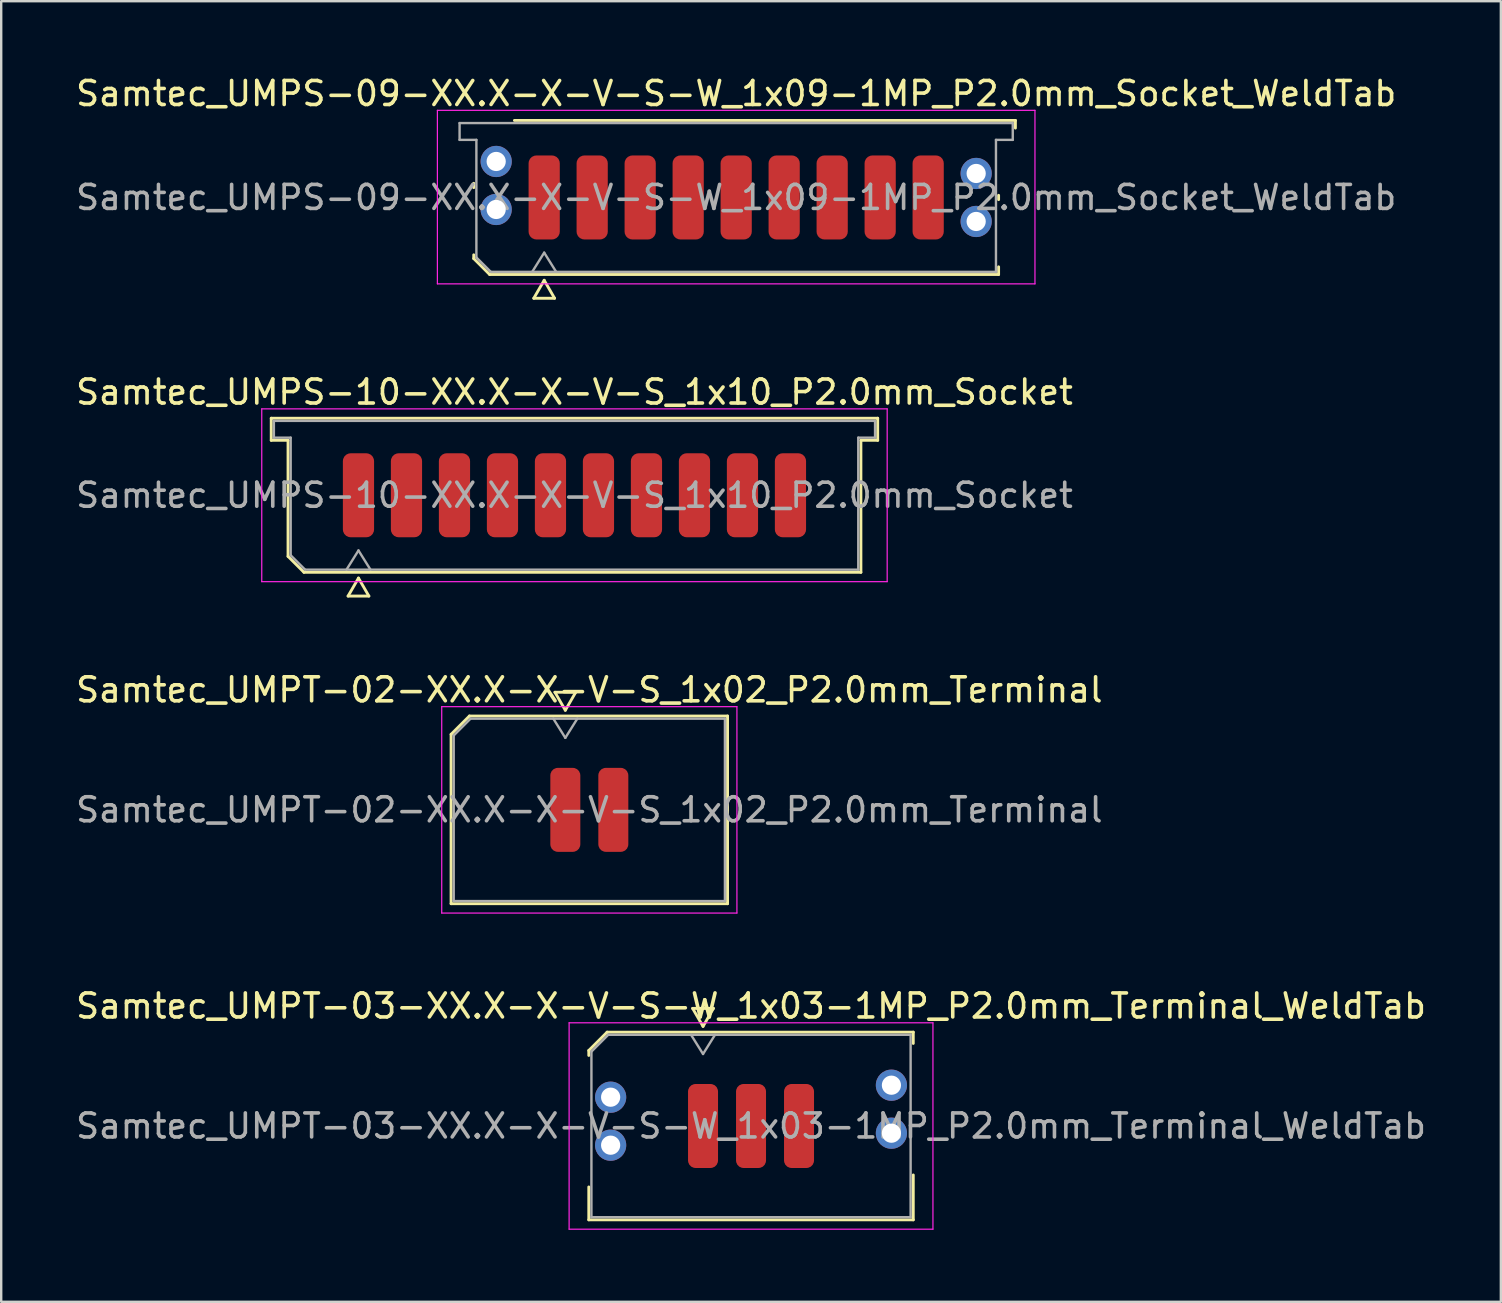
<source format=kicad_pcb>
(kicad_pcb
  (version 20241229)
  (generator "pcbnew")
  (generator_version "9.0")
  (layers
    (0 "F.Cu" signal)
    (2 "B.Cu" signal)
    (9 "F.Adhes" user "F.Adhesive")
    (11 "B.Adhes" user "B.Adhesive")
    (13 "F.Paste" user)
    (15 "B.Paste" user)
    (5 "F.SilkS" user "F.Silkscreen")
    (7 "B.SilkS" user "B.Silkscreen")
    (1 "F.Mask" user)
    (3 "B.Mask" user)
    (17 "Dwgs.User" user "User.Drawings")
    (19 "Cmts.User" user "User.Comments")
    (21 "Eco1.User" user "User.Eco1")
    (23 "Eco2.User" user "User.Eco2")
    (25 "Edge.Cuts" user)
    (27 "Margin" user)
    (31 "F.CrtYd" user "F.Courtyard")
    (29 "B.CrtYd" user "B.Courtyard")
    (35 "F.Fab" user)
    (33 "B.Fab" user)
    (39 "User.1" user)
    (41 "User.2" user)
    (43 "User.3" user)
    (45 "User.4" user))
  (footprint "Samtec_UMPS-10-XX.X-X-V-S_1x10_P2.0mm_Socket"
    (layer "F.Cu")
    (at 20.887 17.587)
    (property "Reference" "Samtec_UMPS-10-XX.X-X-V-S_1x10_P2.0mm_Socket" (at 0 -4.3 0) (layer "F.SilkS") (effects (font (size 1 1) (thickness 0.15))))
    (attr smd)
    (fp_line (start -12.635 -3.21) (end 12.635 -3.21) (stroke (width 0.12) (type solid)) (layer "F.SilkS"))
    (fp_line (start -12.635 -2.29) (end -12.635 -3.21) (stroke (width 0.12) (type solid)) (layer "F.SilkS"))
    (fp_line (start -11.935 -2.29) (end -12.635 -2.29) (stroke (width 0.12) (type solid)) (layer "F.SilkS"))
    (fp_line (start -11.935 2.546) (end -11.935 -2.29) (stroke (width 0.12) (type solid)) (layer "F.SilkS"))
    (fp_line (start -11.271 3.21) (end -11.935 2.546) (stroke (width 0.12) (type solid)) (layer "F.SilkS"))
    (fp_line (start -9.433 4.2) (end -9 3.45) (stroke (width 0.12) (type solid)) (layer "F.SilkS"))
    (fp_line (start -9 3.45) (end -8.567 4.2) (stroke (width 0.12) (type solid)) (layer "F.SilkS"))
    (fp_line (start -8.567 4.2) (end -9.433 4.2) (stroke (width 0.12) (type solid)) (layer "F.SilkS"))
    (fp_line (start 11.935 -2.29) (end 11.935 3.21) (stroke (width 0.12) (type solid)) (layer "F.SilkS"))
    (fp_line (start 11.935 3.21) (end -11.271 3.21) (stroke (width 0.12) (type solid)) (layer "F.SilkS"))
    (fp_line (start 12.635 -3.21) (end 12.635 -2.29) (stroke (width 0.12) (type solid)) (layer "F.SilkS"))
    (fp_line (start 12.635 -2.29) (end 11.935 -2.29) (stroke (width 0.12) (type solid)) (layer "F.SilkS"))
    (fp_line (start -13.03 -3.6) (end -13.03 3.6) (stroke (width 0.05) (type solid)) (layer "F.CrtYd"))
    (fp_line (start -13.03 3.6) (end 13.03 3.6) (stroke (width 0.05) (type solid)) (layer "F.CrtYd"))
    (fp_line (start 13.03 -3.6) (end -13.03 -3.6) (stroke (width 0.05) (type solid)) (layer "F.CrtYd"))
    (fp_line (start 13.03 3.6) (end 13.03 -3.6) (stroke (width 0.05) (type solid)) (layer "F.CrtYd"))
    (fp_line (start -12.525 -3.1) (end 12.525 -3.1) (stroke (width 0.1) (type solid)) (layer "F.Fab"))
    (fp_line (start -12.525 -2.4) (end -12.525 -3.1) (stroke (width 0.1) (type solid)) (layer "F.Fab"))
    (fp_line (start -11.825 -2.4) (end -12.525 -2.4) (stroke (width 0.1) (type solid)) (layer "F.Fab"))
    (fp_line (start -11.825 2.5) (end -11.825 -2.4) (stroke (width 0.1) (type solid)) (layer "F.Fab"))
    (fp_line (start -11.225 3.1) (end -11.825 2.5) (stroke (width 0.1) (type solid)) (layer "F.Fab"))
    (fp_line (start -9.5 3.1) (end -9 2.3) (stroke (width 0.1) (type solid)) (layer "F.Fab"))
    (fp_line (start -9 2.3) (end -8.5 3.1) (stroke (width 0.1) (type solid)) (layer "F.Fab"))
    (fp_line (start 11.825 -2.4) (end 11.825 3.1) (stroke (width 0.1) (type solid)) (layer "F.Fab"))
    (fp_line (start 11.825 3.1) (end -11.225 3.1) (stroke (width 0.1) (type solid)) (layer "F.Fab"))
    (fp_line (start 12.525 -3.1) (end 12.525 -2.4) (stroke (width 0.1) (type solid)) (layer "F.Fab"))
    (fp_line (start 12.525 -2.4) (end 11.825 -2.4) (stroke (width 0.1) (type solid)) (layer "F.Fab"))
    (fp_text user "${REFERENCE}" (at 0 0 0) (layer "F.Fab") (effects (font (size 1 1) (thickness 0.15))))
    (pad "1" smd roundrect (at -9 0) (size 1.3 3.5) (layers "F.Cu" "F.Mask" "F.Paste") (roundrect_rratio 0.25))
    (pad "2" smd roundrect (at -7 0) (size 1.3 3.5) (layers "F.Cu" "F.Mask" "F.Paste") (roundrect_rratio 0.25))
    (pad "3" smd roundrect (at -5 0) (size 1.3 3.5) (layers "F.Cu" "F.Mask" "F.Paste") (roundrect_rratio 0.25))
    (pad "4" smd roundrect (at -3 0) (size 1.3 3.5) (layers "F.Cu" "F.Mask" "F.Paste") (roundrect_rratio 0.25))
    (pad "5" smd roundrect (at -1 0) (size 1.3 3.5) (layers "F.Cu" "F.Mask" "F.Paste") (roundrect_rratio 0.25))
    (pad "6" smd roundrect (at 1 0) (size 1.3 3.5) (layers "F.Cu" "F.Mask" "F.Paste") (roundrect_rratio 0.25))
    (pad "7" smd roundrect (at 3 0) (size 1.3 3.5) (layers "F.Cu" "F.Mask" "F.Paste") (roundrect_rratio 0.25))
    (pad "8" smd roundrect (at 5 0) (size 1.3 3.5) (layers "F.Cu" "F.Mask" "F.Paste") (roundrect_rratio 0.25))
    (pad "9" smd roundrect (at 7 0) (size 1.3 3.5) (layers "F.Cu" "F.Mask" "F.Paste") (roundrect_rratio 0.25))
    (pad "10" smd roundrect (at 9 0) (size 1.3 3.5) (layers "F.Cu" "F.Mask" "F.Paste") (roundrect_rratio 0.25)))
  (footprint "Samtec_UMPS-09-XX.X-X-V-S-W_1x09-1MP_P2.0mm_Socket_WeldTab"
    (layer "F.Cu")
    (at 27.625 5.178)
    (property "Reference" "Samtec_UMPS-09-XX.X-X-V-S-W_1x09-1MP_P2.0mm_Socket_WeldTab" (at 0 -4.33 0) (layer "F.SilkS") (effects (font (size 1 1) (thickness 0.15))))
    (attr smd)
    (fp_line (start -10.935 -0.41) (end -10.935 -0.59) (stroke (width 0.12) (type solid)) (layer "F.SilkS"))
    (fp_line (start -10.935 2.546) (end -10.935 2.39) (stroke (width 0.12) (type solid)) (layer "F.SilkS"))
    (fp_line (start -10.271 3.21) (end -10.935 2.546) (stroke (width 0.12) (type solid)) (layer "F.SilkS"))
    (fp_line (start -9.24 -3.21) (end 11.635 -3.21) (stroke (width 0.12) (type solid)) (layer "F.SilkS"))
    (fp_line (start -8.433 4.2) (end -8 3.45) (stroke (width 0.12) (type solid)) (layer "F.SilkS"))
    (fp_line (start -8 3.45) (end -7.567 4.2) (stroke (width 0.12) (type solid)) (layer "F.SilkS"))
    (fp_line (start -7.567 4.2) (end -8.433 4.2) (stroke (width 0.12) (type solid)) (layer "F.SilkS"))
    (fp_line (start 10.935 -0.09) (end 10.935 0.09) (stroke (width 0.12) (type solid)) (layer "F.SilkS"))
    (fp_line (start 10.935 2.89) (end 10.935 3.21) (stroke (width 0.12) (type solid)) (layer "F.SilkS"))
    (fp_line (start 10.935 3.21) (end -10.271 3.21) (stroke (width 0.12) (type solid)) (layer "F.SilkS"))
    (fp_line (start 11.635 -3.21) (end 11.635 -2.89) (stroke (width 0.12) (type solid)) (layer "F.SilkS"))
    (fp_line (start -12.45 -3.63) (end -12.45 3.6) (stroke (width 0.05) (type solid)) (layer "F.CrtYd"))
    (fp_line (start -12.45 3.6) (end 12.45 3.6) (stroke (width 0.05) (type solid)) (layer "F.CrtYd"))
    (fp_line (start 12.45 -3.63) (end -12.45 -3.63) (stroke (width 0.05) (type solid)) (layer "F.CrtYd"))
    (fp_line (start 12.45 3.6) (end 12.45 -3.63) (stroke (width 0.05) (type solid)) (layer "F.CrtYd"))
    (fp_line (start -11.525 -3.1) (end 11.525 -3.1) (stroke (width 0.1) (type solid)) (layer "F.Fab"))
    (fp_line (start -11.525 -2.4) (end -11.525 -3.1) (stroke (width 0.1) (type solid)) (layer "F.Fab"))
    (fp_line (start -10.825 -2.4) (end -11.525 -2.4) (stroke (width 0.1) (type solid)) (layer "F.Fab"))
    (fp_line (start -10.825 2.5) (end -10.825 -2.4) (stroke (width 0.1) (type solid)) (layer "F.Fab"))
    (fp_line (start -10.225 3.1) (end -10.825 2.5) (stroke (width 0.1) (type solid)) (layer "F.Fab"))
    (fp_line (start -8.5 3.1) (end -8 2.3) (stroke (width 0.1) (type solid)) (layer "F.Fab"))
    (fp_line (start -8 2.3) (end -7.5 3.1) (stroke (width 0.1) (type solid)) (layer "F.Fab"))
    (fp_line (start 10.825 -2.4) (end 10.825 3.1) (stroke (width 0.1) (type solid)) (layer "F.Fab"))
    (fp_line (start 10.825 3.1) (end -10.225 3.1) (stroke (width 0.1) (type solid)) (layer "F.Fab"))
    (fp_line (start 11.525 -3.1) (end 11.525 -2.4) (stroke (width 0.1) (type solid)) (layer "F.Fab"))
    (fp_line (start 11.525 -2.4) (end 10.825 -2.4) (stroke (width 0.1) (type solid)) (layer "F.Fab"))
    (fp_text user "${REFERENCE}" (at 0 0 0) (layer "F.Fab") (effects (font (size 1 1) (thickness 0.15))))
    (pad "" smd rect (at -10.725 -1.99) (size 2.45 2.28) (layers "F.Paste"))
    (pad "" smd rect (at -10.725 0.99) (size 2.45 2.28) (layers "F.Paste"))
    (pad "" smd rect (at 10.725 -1.49) (size 2.45 2.28) (layers "F.Paste"))
    (pad "" smd rect (at 10.725 1.49) (size 2.45 2.28) (layers "F.Paste"))
    (pad "1" smd roundrect (at -8 0) (size 1.3 3.5) (layers "F.Cu" "F.Mask" "F.Paste") (roundrect_rratio 0.25))
    (pad "2" smd roundrect (at -6 0) (size 1.3 3.5) (layers "F.Cu" "F.Mask" "F.Paste") (roundrect_rratio 0.25))
    (pad "3" smd roundrect (at -4 0) (size 1.3 3.5) (layers "F.Cu" "F.Mask" "F.Paste") (roundrect_rratio 0.25))
    (pad "4" smd roundrect (at -2 0) (size 1.3 3.5) (layers "F.Cu" "F.Mask" "F.Paste") (roundrect_rratio 0.25))
    (pad "5" smd roundrect (at 0 0) (size 1.3 3.5) (layers "F.Cu" "F.Mask" "F.Paste") (roundrect_rratio 0.25))
    (pad "6" smd roundrect (at 2 0) (size 1.3 3.5) (layers "F.Cu" "F.Mask" "F.Paste") (roundrect_rratio 0.25))
    (pad "7" smd roundrect (at 4 0) (size 1.3 3.5) (layers "F.Cu" "F.Mask" "F.Paste") (roundrect_rratio 0.25))
    (pad "8" smd roundrect (at 6 0) (size 1.3 3.5) (layers "F.Cu" "F.Mask" "F.Paste") (roundrect_rratio 0.25))
    (pad "9" smd roundrect (at 8 0) (size 1.3 3.5) (layers "F.Cu" "F.Mask" "F.Paste") (roundrect_rratio 0.25))
    (pad "MP" thru_hole circle (at -10 -1.5) (size 1.3 1.3) (drill 0.8) (layers "*.Cu" "*.Mask"))
    (pad "MP" thru_hole circle (at -10 0.5) (size 1.3 1.3) (drill 0.8) (layers "*.Cu" "*.Mask"))
    (pad "MP" thru_hole circle (at 10 -1) (size 1.3 1.3) (drill 0.8) (layers "*.Cu" "*.Mask"))
    (pad "MP" thru_hole circle (at 10 1) (size 1.3 1.3) (drill 0.8) (layers "*.Cu" "*.Mask")))
  (footprint "Samtec_UMPT-03-XX.X-X-V-S-W_1x03-1MP_P2.0mm_Terminal_WeldTab"
    (layer "F.Cu")
    (at 28.244 43.868)
    (property "Reference" "Samtec_UMPT-03-XX.X-X-V-S-W_1x03-1MP_P2.0mm_Terminal_WeldTab" (at 0 -5 0) (layer "F.SilkS") (effects (font (size 1 1) (thickness 0.15))))
    (attr smd)
    (fp_line (start -6.76 -3.146) (end -5.996 -3.91) (stroke (width 0.12) (type solid)) (layer "F.SilkS"))
    (fp_line (start -6.76 -2.94) (end -6.76 -3.146) (stroke (width 0.12) (type solid)) (layer "F.SilkS"))
    (fp_line (start -6.76 3.91) (end -6.76 2.54) (stroke (width 0.12) (type solid)) (layer "F.SilkS"))
    (fp_line (start -5.996 -3.91) (end 6.76 -3.91) (stroke (width 0.12) (type solid)) (layer "F.SilkS"))
    (fp_line (start -2.433 -4.9) (end -2 -4.15) (stroke (width 0.12) (type solid)) (layer "F.SilkS"))
    (fp_line (start -2 -4.15) (end -1.567 -4.9) (stroke (width 0.12) (type solid)) (layer "F.SilkS"))
    (fp_line (start -1.567 -4.9) (end -2.433 -4.9) (stroke (width 0.12) (type solid)) (layer "F.SilkS"))
    (fp_line (start 6.76 -3.91) (end 6.76 -3.44) (stroke (width 0.12) (type solid)) (layer "F.SilkS"))
    (fp_line (start 6.76 2.04) (end 6.76 3.91) (stroke (width 0.12) (type solid)) (layer "F.SilkS"))
    (fp_line (start 6.76 3.91) (end -6.76 3.91) (stroke (width 0.12) (type solid)) (layer "F.SilkS"))
    (fp_line (start -7.58 -4.3) (end -7.58 4.3) (stroke (width 0.05) (type solid)) (layer "F.CrtYd"))
    (fp_line (start -7.58 4.3) (end 7.58 4.3) (stroke (width 0.05) (type solid)) (layer "F.CrtYd"))
    (fp_line (start 7.58 -4.3) (end -7.58 -4.3) (stroke (width 0.05) (type solid)) (layer "F.CrtYd"))
    (fp_line (start 7.58 4.3) (end 7.58 -4.3) (stroke (width 0.05) (type solid)) (layer "F.CrtYd"))
    (fp_line (start -6.65 -3.1) (end -5.95 -3.8) (stroke (width 0.1) (type solid)) (layer "F.Fab"))
    (fp_line (start -6.65 3.8) (end -6.65 -3.1) (stroke (width 0.1) (type solid)) (layer "F.Fab"))
    (fp_line (start -5.95 -3.8) (end 6.65 -3.8) (stroke (width 0.1) (type solid)) (layer "F.Fab"))
    (fp_line (start -2.5 -3.8) (end -2 -3) (stroke (width 0.1) (type solid)) (layer "F.Fab"))
    (fp_line (start -2 -3) (end -1.5 -3.8) (stroke (width 0.1) (type solid)) (layer "F.Fab"))
    (fp_line (start 6.65 -3.8) (end 6.65 3.8) (stroke (width 0.1) (type solid)) (layer "F.Fab"))
    (fp_line (start 6.65 3.8) (end -6.65 3.8) (stroke (width 0.1) (type solid)) (layer "F.Fab"))
    (fp_text user "${REFERENCE}" (at 0 0 0) (layer "F.Fab") (effects (font (size 1 1) (thickness 0.15))))
    (pad "" smd rect (at -5.85 -1.54) (size 2.45 2.28) (layers "F.Paste"))
    (pad "" smd rect (at -5.85 1.14) (size 2.45 2.28) (layers "F.Paste"))
    (pad "" smd rect (at 5.85 -2.04) (size 2.45 2.28) (layers "F.Paste"))
    (pad "" smd rect (at 5.85 0.64) (size 2.45 2.28) (layers "F.Paste"))
    (pad "1" smd roundrect (at -2 0) (size 1.25 3.5) (layers "F.Cu" "F.Mask" "F.Paste") (roundrect_rratio 0.25))
    (pad "2" smd roundrect (at 0 0) (size 1.25 3.5) (layers "F.Cu" "F.Mask" "F.Paste") (roundrect_rratio 0.25))
    (pad "3" smd roundrect (at 2 0) (size 1.25 3.5) (layers "F.Cu" "F.Mask" "F.Paste") (roundrect_rratio 0.25))
    (pad "MP" thru_hole circle (at -5.85 -1.2) (size 1.3 1.3) (drill 0.8) (layers "*.Cu" "*.Mask"))
    (pad "MP" thru_hole circle (at -5.85 0.8) (size 1.3 1.3) (drill 0.8) (layers "*.Cu" "*.Mask"))
    (pad "MP" thru_hole circle (at 5.85 -1.7) (size 1.3 1.3) (drill 0.8) (layers "*.Cu" "*.Mask"))
    (pad "MP" thru_hole circle (at 5.85 0.3) (size 1.3 1.3) (drill 0.8) (layers "*.Cu" "*.Mask")))
  (footprint "Samtec_UMPT-02-XX.X-X-V-S_1x02_P2.0mm_Terminal"
    (layer "F.Cu")
    (at 21.506 30.695)
    (property "Reference" "Samtec_UMPT-02-XX.X-X-V-S_1x02_P2.0mm_Terminal" (at 0 -5 0) (layer "F.SilkS") (effects (font (size 1 1) (thickness 0.15))))
    (attr smd)
    (fp_line (start -5.76 -3.146) (end -4.996 -3.91) (stroke (width 0.12) (type solid)) (layer "F.SilkS"))
    (fp_line (start -5.76 3.91) (end -5.76 -3.146) (stroke (width 0.12) (type solid)) (layer "F.SilkS"))
    (fp_line (start -4.996 -3.91) (end 5.76 -3.91) (stroke (width 0.12) (type solid)) (layer "F.SilkS"))
    (fp_line (start -1.433 -4.9) (end -1 -4.15) (stroke (width 0.12) (type solid)) (layer "F.SilkS"))
    (fp_line (start -1 -4.15) (end -0.567 -4.9) (stroke (width 0.12) (type solid)) (layer "F.SilkS"))
    (fp_line (start -0.567 -4.9) (end -1.433 -4.9) (stroke (width 0.12) (type solid)) (layer "F.SilkS"))
    (fp_line (start 5.76 -3.91) (end 5.76 3.91) (stroke (width 0.12) (type solid)) (layer "F.SilkS"))
    (fp_line (start 5.76 3.91) (end -5.76 3.91) (stroke (width 0.12) (type solid)) (layer "F.SilkS"))
    (fp_line (start -6.15 -4.3) (end -6.15 4.3) (stroke (width 0.05) (type solid)) (layer "F.CrtYd"))
    (fp_line (start -6.15 4.3) (end 6.15 4.3) (stroke (width 0.05) (type solid)) (layer "F.CrtYd"))
    (fp_line (start 6.15 -4.3) (end -6.15 -4.3) (stroke (width 0.05) (type solid)) (layer "F.CrtYd"))
    (fp_line (start 6.15 4.3) (end 6.15 -4.3) (stroke (width 0.05) (type solid)) (layer "F.CrtYd"))
    (fp_line (start -5.65 -3.1) (end -4.95 -3.8) (stroke (width 0.1) (type solid)) (layer "F.Fab"))
    (fp_line (start -5.65 3.8) (end -5.65 -3.1) (stroke (width 0.1) (type solid)) (layer "F.Fab"))
    (fp_line (start -4.95 -3.8) (end 5.65 -3.8) (stroke (width 0.1) (type solid)) (layer "F.Fab"))
    (fp_line (start -1.5 -3.8) (end -1 -3) (stroke (width 0.1) (type solid)) (layer "F.Fab"))
    (fp_line (start -1 -3) (end -0.5 -3.8) (stroke (width 0.1) (type solid)) (layer "F.Fab"))
    (fp_line (start 5.65 -3.8) (end 5.65 3.8) (stroke (width 0.1) (type solid)) (layer "F.Fab"))
    (fp_line (start 5.65 3.8) (end -5.65 3.8) (stroke (width 0.1) (type solid)) (layer "F.Fab"))
    (fp_text user "${REFERENCE}" (at 0 0 0) (layer "F.Fab") (effects (font (size 1 1) (thickness 0.15))))
    (pad "1" smd roundrect (at -1 0) (size 1.25 3.5) (layers "F.Cu" "F.Mask" "F.Paste") (roundrect_rratio 0.25))
    (pad "2" smd roundrect (at 1 0) (size 1.25 3.5) (layers "F.Cu" "F.Mask" "F.Paste") (roundrect_rratio 0.25)))
  (gr_rect
    (start -3 -3)
    (end 59.488 51.193)
    (stroke (width 0.1) (type default))
    (fill no)
    (layer "Edge.Cuts")))
</source>
